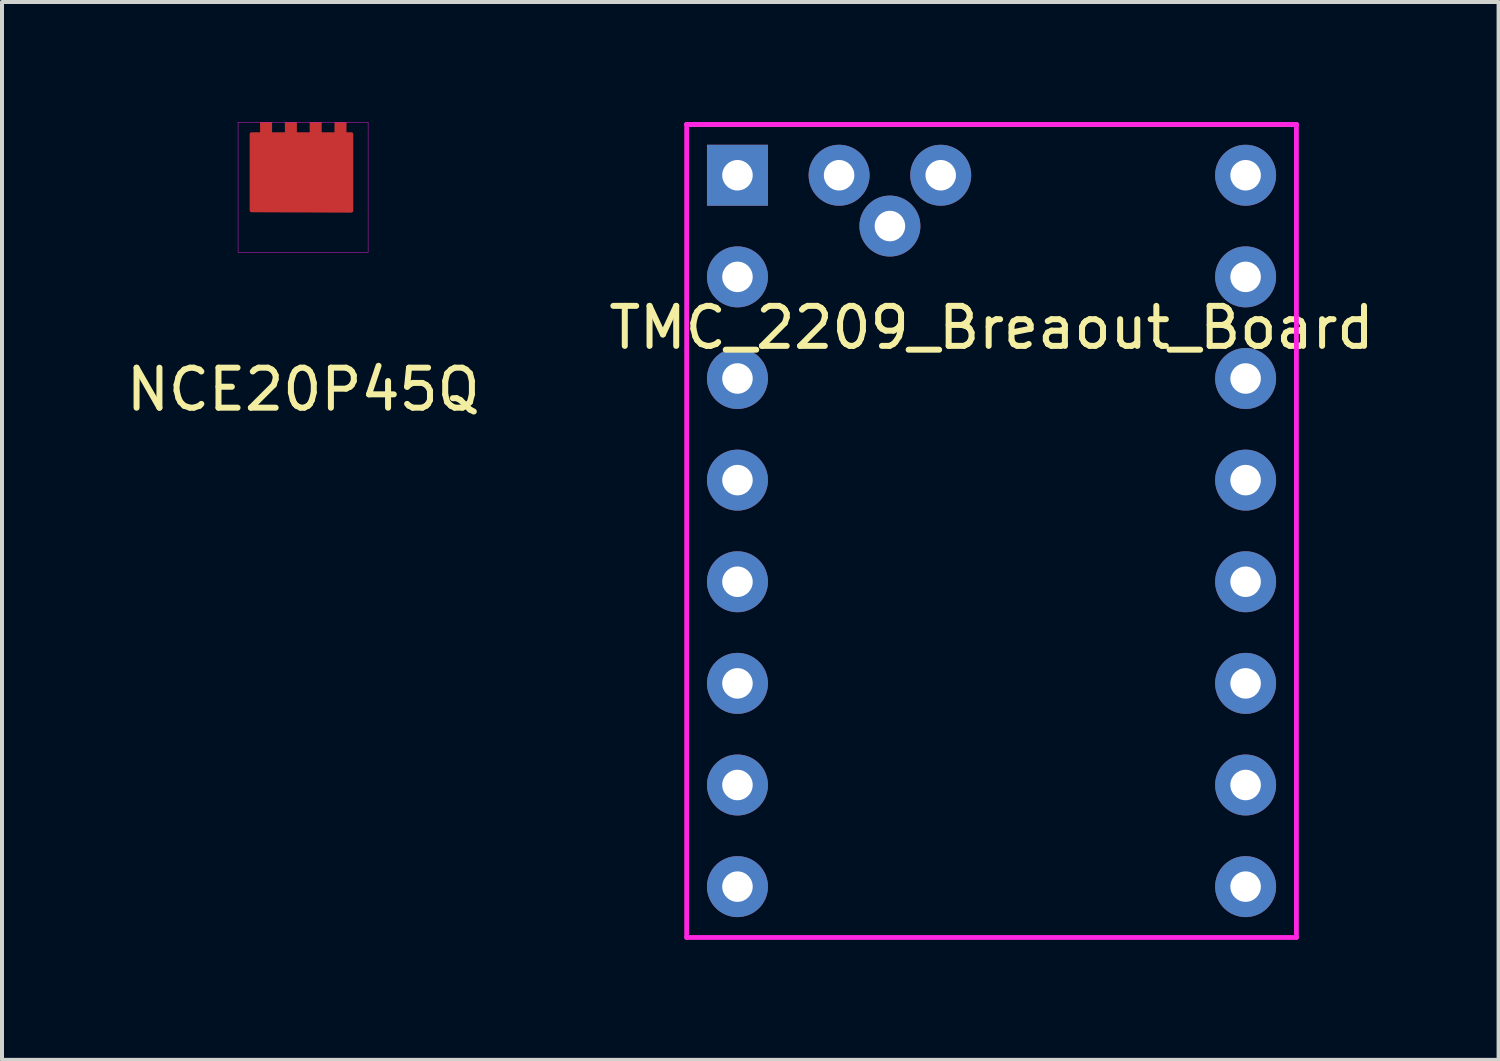
<source format=kicad_pcb>
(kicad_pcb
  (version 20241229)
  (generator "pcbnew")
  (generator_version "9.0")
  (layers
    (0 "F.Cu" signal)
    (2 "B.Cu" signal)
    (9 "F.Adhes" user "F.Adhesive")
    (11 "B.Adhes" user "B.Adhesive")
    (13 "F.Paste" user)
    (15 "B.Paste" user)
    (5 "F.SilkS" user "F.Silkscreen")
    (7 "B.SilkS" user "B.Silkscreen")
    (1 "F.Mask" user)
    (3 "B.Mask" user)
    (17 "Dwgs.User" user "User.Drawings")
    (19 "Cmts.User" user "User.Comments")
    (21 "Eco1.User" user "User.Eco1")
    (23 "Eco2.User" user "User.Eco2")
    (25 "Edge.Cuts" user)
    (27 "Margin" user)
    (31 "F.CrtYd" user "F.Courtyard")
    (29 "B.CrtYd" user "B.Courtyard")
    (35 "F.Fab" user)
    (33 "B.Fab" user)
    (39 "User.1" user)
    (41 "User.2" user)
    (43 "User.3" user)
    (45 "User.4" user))
  (footprint "NCE20P45Q"
    (layer "F.Cu")
    (at 4.53 1.605)
    (property "Reference" "NCE20P45Q" (at 0 5.08 0) (layer "F.SilkS") (effects (font (size 1 1) (thickness 0.15))))
    (attr through_hole)
    (fp_poly (pts (xy 1.2 0.61) (xy -1.29 0.6) (xy -1.29 -1.3) (xy 1.2 -1.3)) (stroke (width 0.1) (type solid)) (fill yes) (layer "F.Cu"))
    (fp_line (start -1.63 -1.6) (end 1.62 -1.6) (stroke (width 0.01) (type solid)) (layer "F.CrtYd"))
    (fp_line (start -1.63 1.65) (end -1.63 -1.6) (stroke (width 0.01) (type solid)) (layer "F.CrtYd"))
    (fp_line (start 1.62 -1.6) (end 1.62 1.65) (stroke (width 0.01) (type solid)) (layer "F.CrtYd"))
    (fp_line (start 1.62 1.65) (end -1.63 1.65) (stroke (width 0.01) (type solid)) (layer "F.CrtYd"))
    (pad "5" smd rect (at -0.93 -1.425) (size 0.3 0.35) (layers "F.Cu" "F.Mask" "F.Paste"))
    (pad "6" smd rect (at -0.31 -1.425) (size 0.3 0.35) (layers "F.Cu" "F.Mask" "F.Paste"))
    (pad "7" smd rect (at 0.31 -1.425) (size 0.3 0.35) (layers "F.Cu" "F.Mask" "F.Paste"))
    (pad "8" smd rect (at 0.93 -1.425) (size 0.3 0.35) (layers "F.Cu" "F.Mask" "F.Paste")))
  (footprint "TMC_2209_Breaout_Board"
    (layer "F.Cu")
    (at 21.732 10.22)
    (property "Reference" "TMC_2209_Breaout_Board" (at 0 -5.08 0) (layer "F.SilkS") (effects (font (size 1 1) (thickness 0.15))))
    (attr through_hole)
    (fp_line (start -7.62 -10.16) (end 7.62 -10.16) (stroke (width 0.12) (type solid)) (layer "F.CrtYd"))
    (fp_line (start -7.62 10.16) (end -7.62 -10.16) (stroke (width 0.12) (type solid)) (layer "F.CrtYd"))
    (fp_line (start 7.62 -10.16) (end 7.62 10.16) (stroke (width 0.12) (type solid)) (layer "F.CrtYd"))
    (fp_line (start 7.62 10.16) (end -7.62 10.16) (stroke (width 0.12) (type solid)) (layer "F.CrtYd"))
    (fp_line (start -7.62 -10.16) (end 7.62 -10.16) (stroke (width 0.12) (type solid)) (layer "F.Fab"))
    (pad "1" thru_hole rect (at -6.35 -8.89) (size 1.524 1.524) (drill 0.762) (layers "*.Cu" "*.Mask"))
    (pad "2" thru_hole circle (at -6.35 -6.35) (size 1.524 1.524) (drill 0.762) (layers "*.Cu" "*.Mask"))
    (pad "3" thru_hole circle (at -6.35 -3.81) (size 1.524 1.524) (drill 0.762) (layers "*.Cu" "*.Mask"))
    (pad "4" thru_hole circle (at -6.35 -1.27) (size 1.524 1.524) (drill 0.762) (layers "*.Cu" "*.Mask"))
    (pad "5" thru_hole circle (at -6.35 1.27) (size 1.524 1.524) (drill 0.762) (layers "*.Cu" "*.Mask"))
    (pad "6" thru_hole circle (at -6.35 3.81) (size 1.524 1.524) (drill 0.762) (layers "*.Cu" "*.Mask"))
    (pad "7" thru_hole circle (at -6.35 6.35) (size 1.524 1.524) (drill 0.762) (layers "*.Cu" "*.Mask"))
    (pad "8" thru_hole circle (at -6.35 8.89) (size 1.524 1.524) (drill 0.762) (layers "*.Cu" "*.Mask"))
    (pad "9" thru_hole circle (at 6.35 8.89) (size 1.524 1.524) (drill 0.762) (layers "*.Cu" "*.Mask"))
    (pad "10" thru_hole circle (at 6.35 6.35) (size 1.524 1.524) (drill 0.762) (layers "*.Cu" "*.Mask"))
    (pad "11" thru_hole circle (at 6.35 3.81) (size 1.524 1.524) (drill 0.762) (layers "*.Cu" "*.Mask"))
    (pad "12" thru_hole circle (at 6.35 1.27) (size 1.524 1.524) (drill 0.762) (layers "*.Cu" "*.Mask"))
    (pad "13" thru_hole circle (at 6.35 -1.27) (size 1.524 1.524) (drill 0.762) (layers "*.Cu" "*.Mask"))
    (pad "14" thru_hole circle (at 6.35 -3.81) (size 1.524 1.524) (drill 0.762) (layers "*.Cu" "*.Mask"))
    (pad "15" thru_hole circle (at 6.35 -6.35) (size 1.524 1.524) (drill 0.762) (layers "*.Cu" "*.Mask"))
    (pad "16" thru_hole circle (at 6.35 -8.89) (size 1.524 1.524) (drill 0.762) (layers "*.Cu" "*.Mask"))
    (pad "17" thru_hole circle (at -3.81 -8.89) (size 1.524 1.524) (drill 0.762) (layers "*.Cu" "*.Mask"))
    (pad "18" thru_hole circle (at -2.54 -7.62) (size 1.524 1.524) (drill 0.762) (layers "*.Cu" "*.Mask"))
    (pad "19" thru_hole circle (at -1.27 -8.89) (size 1.524 1.524) (drill 0.762) (layers "*.Cu" "*.Mask")))
  (gr_rect
    (start -3 -3)
    (end 34.405 23.44)
    (stroke (width 0.1) (type default))
    (fill no)
    (layer "Edge.Cuts")))
</source>
